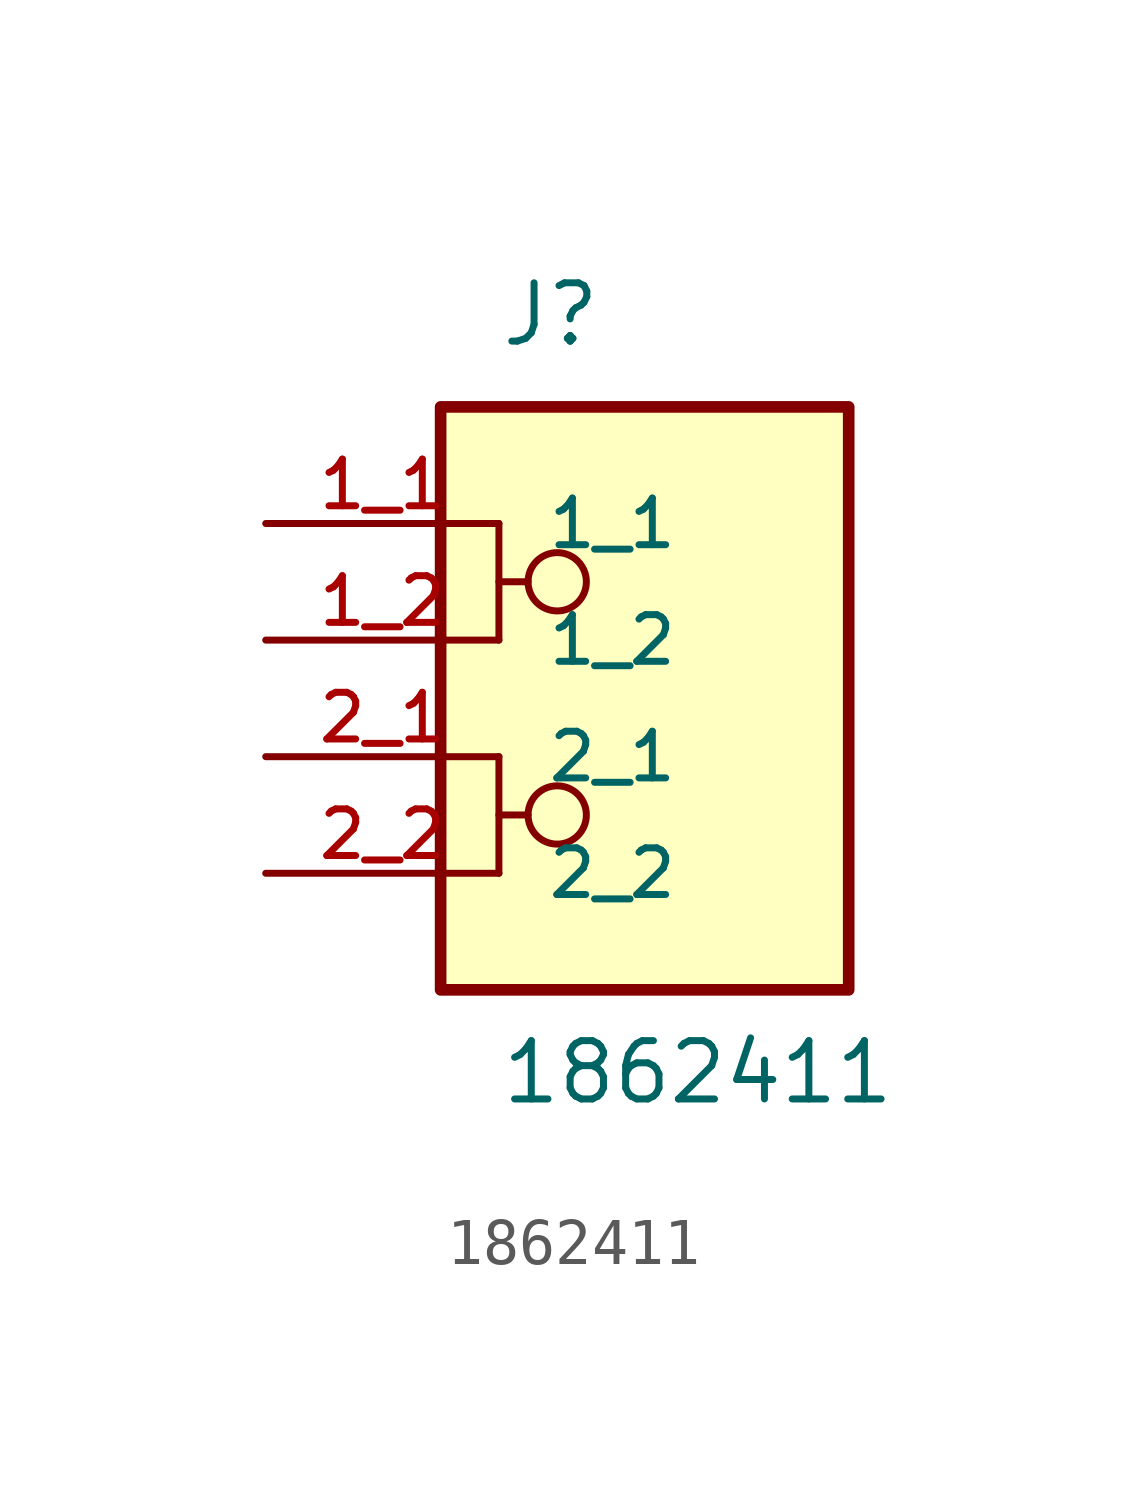
<source format=kicad_sym>
(kicad_symbol_lib
  (version 20211014)
  (generator kicad_symbol_editor)
  (symbol "1862411"
    (pin_names
      (offset 1.016))
    (property "Reference" "J"
      (at -2.54 6.35 0)
      (effects (font (size 1.27 1.27)) (justify bottom left)))
    (property "Value" "1862411"
      (at -2.54 -10.16 0)
      (effects (font (size 1.27 1.27)) (justify bottom left)))
    (symbol "1862411_0_0"
      (polyline (pts (xy -2.54 2.54) (xy -2.54 0.0)) (stroke (width 0.152)))
      (polyline (pts (xy -2.54 1.27) (xy -1.905 1.27)) (stroke (width 0.152)))
      (circle (center -1.27 1.27) (radius 0.635) (stroke (width 0.152)) (fill (type none)))
      (polyline (pts (xy -2.54 -2.54) (xy -2.54 -5.08)) (stroke (width 0.152)))
      (polyline (pts (xy -2.54 -3.81) (xy -1.905 -3.81)) (stroke (width 0.152)))
      (circle (center -1.27 -3.81) (radius 0.635) (stroke (width 0.152)) (fill (type none)))
      (rectangle (start -3.81 -7.62) (end 5.08 5.08) (stroke (width 0.254)) (fill (type background)))
      (pin passive line (at -7.62 2.54 0) (length 5.08) (name "1_1" (effects (font (size 1.016 1.016)))) (number "1_1" (effects (font (size 1.016 1.016)))))
      (pin passive line (at -7.62 0.0 0) (length 5.08) (name "1_2" (effects (font (size 1.016 1.016)))) (number "1_2" (effects (font (size 1.016 1.016)))))
      (pin passive line (at -7.62 -2.54 0) (length 5.08) (name "2_1" (effects (font (size 1.016 1.016)))) (number "2_1" (effects (font (size 1.016 1.016)))))
      (pin passive line (at -7.62 -5.08 0) (length 5.08) (name "2_2" (effects (font (size 1.016 1.016)))) (number "2_2" (effects (font (size 1.016 1.016))))))))
</source>
